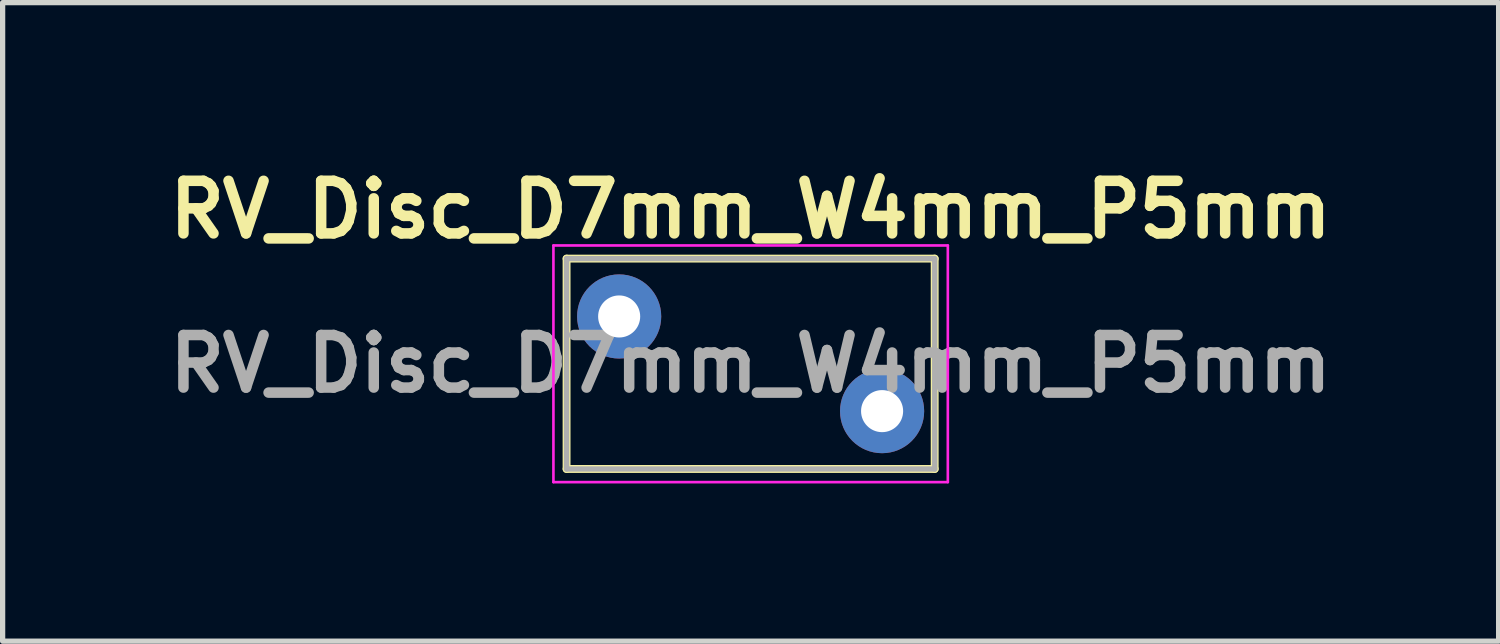
<source format=kicad_pcb>
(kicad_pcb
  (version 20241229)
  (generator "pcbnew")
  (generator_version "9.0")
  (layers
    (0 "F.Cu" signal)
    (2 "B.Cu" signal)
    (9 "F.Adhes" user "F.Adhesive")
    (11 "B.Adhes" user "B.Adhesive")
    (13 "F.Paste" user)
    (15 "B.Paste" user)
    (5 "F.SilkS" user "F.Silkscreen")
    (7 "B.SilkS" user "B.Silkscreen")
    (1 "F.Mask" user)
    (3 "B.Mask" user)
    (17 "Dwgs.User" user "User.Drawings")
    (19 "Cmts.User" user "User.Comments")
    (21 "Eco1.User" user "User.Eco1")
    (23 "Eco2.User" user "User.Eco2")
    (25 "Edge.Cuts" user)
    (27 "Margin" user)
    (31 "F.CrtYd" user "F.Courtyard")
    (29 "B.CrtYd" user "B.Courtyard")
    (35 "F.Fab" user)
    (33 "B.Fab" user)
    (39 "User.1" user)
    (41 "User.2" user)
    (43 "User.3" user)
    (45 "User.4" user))
  (footprint "RV_Disc_D7mm_W4mm_P5mm"
    (layer "F.Cu")
    (at 8.724 2.968)
    (property "Reference" "RV_Disc_D7mm_W4mm_P5mm" (at 2.5 -2.032 180) (layer "F.SilkS") (effects (font (size 1 1) (thickness 0.2))))
    (attr through_hole)
    (fp_line (start -1 -1.1) (end -1 2.9) (stroke (width 0.15) (type solid)) (layer "F.SilkS"))
    (fp_line (start -1 -1.1) (end 6 -1.1) (stroke (width 0.15) (type solid)) (layer "F.SilkS"))
    (fp_line (start -1 2.9) (end 6 2.9) (stroke (width 0.15) (type solid)) (layer "F.SilkS"))
    (fp_line (start 6 -1.1) (end 6 2.9) (stroke (width 0.15) (type solid)) (layer "F.SilkS"))
    (fp_line (start -1.25 -1.35) (end -1.25 3.15) (stroke (width 0.05) (type solid)) (layer "F.CrtYd"))
    (fp_line (start -1.25 -1.35) (end 6.25 -1.35) (stroke (width 0.05) (type solid)) (layer "F.CrtYd"))
    (fp_line (start -1.25 3.15) (end 6.25 3.15) (stroke (width 0.05) (type solid)) (layer "F.CrtYd"))
    (fp_line (start 6.25 -1.35) (end 6.25 3.15) (stroke (width 0.05) (type solid)) (layer "F.CrtYd"))
    (fp_line (start -1 -1.1) (end -1 2.9) (stroke (width 0.1) (type solid)) (layer "F.Fab"))
    (fp_line (start -1 -1.1) (end 6 -1.1) (stroke (width 0.1) (type solid)) (layer "F.Fab"))
    (fp_line (start -1 2.9) (end 6 2.9) (stroke (width 0.1) (type solid)) (layer "F.Fab"))
    (fp_line (start 6 -1.1) (end 6 2.9) (stroke (width 0.1) (type solid)) (layer "F.Fab"))
    (fp_text user "${REFERENCE}" (at 2.5 0.9 180) (layer "F.Fab") (effects (font (size 1 1) (thickness 0.2))))
    (pad "1" thru_hole circle (at 0 0) (size 1.6 1.6) (drill 0.8) (layers "*.Cu" "*.Mask"))
    (pad "2" thru_hole circle (at 5 1.8) (size 1.6 1.6) (drill 0.8) (layers "*.Cu" "*.Mask")))
  (gr_rect
    (start -3 -3)
    (end 25.448 9.143)
    (stroke (width 0.1) (type default))
    (fill no)
    (layer "Edge.Cuts")))
</source>
